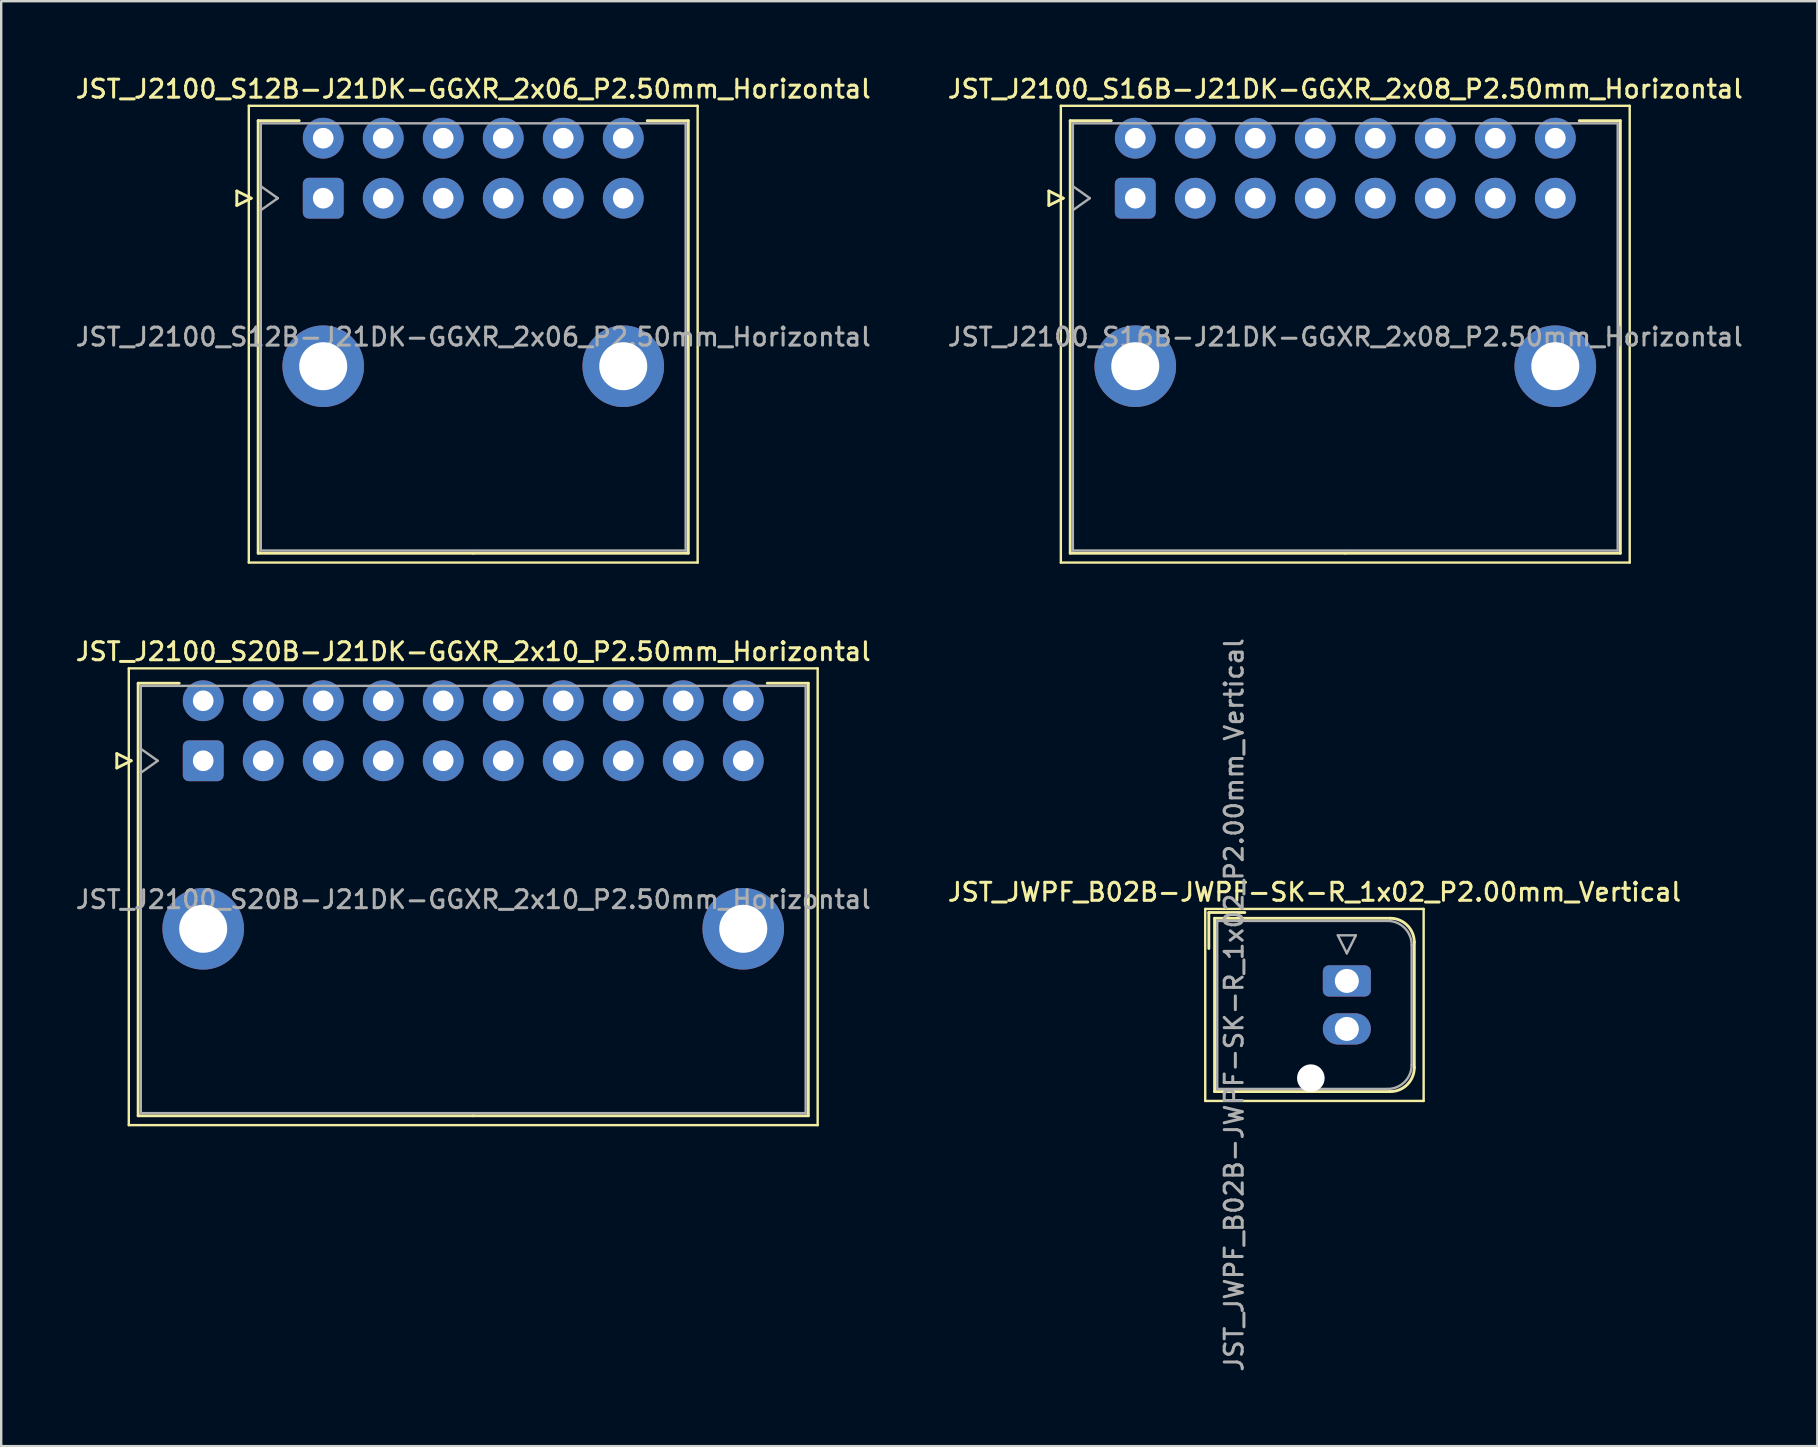
<source format=kicad_pcb>
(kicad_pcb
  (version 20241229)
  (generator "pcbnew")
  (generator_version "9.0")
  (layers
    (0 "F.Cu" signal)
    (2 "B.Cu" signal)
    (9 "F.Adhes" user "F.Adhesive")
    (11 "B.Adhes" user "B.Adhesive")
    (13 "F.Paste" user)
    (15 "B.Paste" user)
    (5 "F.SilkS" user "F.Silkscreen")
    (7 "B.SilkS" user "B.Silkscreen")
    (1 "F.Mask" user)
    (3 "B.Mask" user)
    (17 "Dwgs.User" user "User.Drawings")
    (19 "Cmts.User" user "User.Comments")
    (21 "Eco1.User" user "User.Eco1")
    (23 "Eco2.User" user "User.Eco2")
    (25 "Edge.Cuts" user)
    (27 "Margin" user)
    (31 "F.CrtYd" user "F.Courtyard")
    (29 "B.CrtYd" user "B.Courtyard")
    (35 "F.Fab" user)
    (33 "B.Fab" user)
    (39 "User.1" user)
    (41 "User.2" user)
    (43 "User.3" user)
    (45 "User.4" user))
  (footprint "JST_J2100_S12B-J21DK-GGXR_2x06_P2.50mm_Horizontal"
    (layer "F.Cu")
    (at 10.416 5.208)
    (property "Reference" "JST_J2100_S12B-J21DK-GGXR_2x06_P2.50mm_Horizontal" (at 6.25 -4.55 0) (layer "F.SilkS") (effects (font (size 0.75 0.75) (thickness 0.125))))
    (attr through_hole)
    (fp_line (start -3.6 -0.3) (end -3 0) (stroke (width 0.12) (type solid)) (layer "F.SilkS"))
    (fp_line (start -3.6 0.3) (end -3.6 -0.3) (stroke (width 0.12) (type solid)) (layer "F.SilkS"))
    (fp_line (start -3.1 -3.85) (end -3.1 15.18) (stroke (width 0.1) (type solid)) (layer "F.SilkS"))
    (fp_line (start -3.1 15.18) (end 15.6 15.18) (stroke (width 0.1) (type solid)) (layer "F.SilkS"))
    (fp_line (start -3 0) (end -3.6 0.3) (stroke (width 0.12) (type solid)) (layer "F.SilkS"))
    (fp_line (start -2.71 -3.23) (end -2.71 14.79) (stroke (width 0.12) (type solid)) (layer "F.SilkS"))
    (fp_line (start -2.71 14.79) (end 6.25 14.79) (stroke (width 0.12) (type solid)) (layer "F.SilkS"))
    (fp_line (start -1 -3.23) (end -2.71 -3.23) (stroke (width 0.12) (type solid)) (layer "F.SilkS"))
    (fp_line (start 13.5 -3.23) (end 15.21 -3.23) (stroke (width 0.12) (type solid)) (layer "F.SilkS"))
    (fp_line (start 15.21 -3.23) (end 15.21 14.79) (stroke (width 0.12) (type solid)) (layer "F.SilkS"))
    (fp_line (start 15.21 14.79) (end 6.25 14.79) (stroke (width 0.12) (type solid)) (layer "F.SilkS"))
    (fp_line (start 15.6 -3.85) (end -3.1 -3.85) (stroke (width 0.1) (type solid)) (layer "F.SilkS"))
    (fp_line (start 15.6 15.18) (end 15.6 -3.85) (stroke (width 0.1) (type solid)) (layer "F.SilkS"))
    (fp_line (start -2.6 -3.12) (end -2.6 14.68) (stroke (width 0.1) (type solid)) (layer "F.Fab"))
    (fp_line (start -2.6 0.5) (end -1.893 0) (stroke (width 0.1) (type solid)) (layer "F.Fab"))
    (fp_line (start -2.6 14.68) (end 15.1 14.68) (stroke (width 0.1) (type solid)) (layer "F.Fab"))
    (fp_line (start -1.893 0) (end -2.6 -0.5) (stroke (width 0.1) (type solid)) (layer "F.Fab"))
    (fp_line (start 15.1 -3.12) (end -2.6 -3.12) (stroke (width 0.1) (type solid)) (layer "F.Fab"))
    (fp_line (start 15.1 14.68) (end 15.1 -3.12) (stroke (width 0.1) (type solid)) (layer "F.Fab"))
    (fp_text user "${REFERENCE}" (at 6.25 5.78 0) (layer "F.Fab") (effects (font (size 0.75 0.75) (thickness 0.125))))
    (pad "" thru_hole circle (at 0 7) (size 3.4 3.4) (drill 2) (layers "*.Cu" "*.Mask"))
    (pad "" thru_hole circle (at 12.5 7) (size 3.4 3.4) (drill 2) (layers "*.Cu" "*.Mask"))
    (pad "1" thru_hole roundrect (at 0 0) (size 1.7 1.7) (drill 0.86) (layers "*.Cu" "*.Mask") (roundrect_rratio 0.147))
    (pad "2" thru_hole circle (at 2.5 0) (size 1.7 1.7) (drill 0.86) (layers "*.Cu" "*.Mask"))
    (pad "3" thru_hole circle (at 5 0) (size 1.7 1.7) (drill 0.86) (layers "*.Cu" "*.Mask"))
    (pad "4" thru_hole circle (at 7.5 0) (size 1.7 1.7) (drill 0.86) (layers "*.Cu" "*.Mask"))
    (pad "5" thru_hole circle (at 10 0) (size 1.7 1.7) (drill 0.86) (layers "*.Cu" "*.Mask"))
    (pad "6" thru_hole circle (at 12.5 0) (size 1.7 1.7) (drill 0.86) (layers "*.Cu" "*.Mask"))
    (pad "7" thru_hole circle (at 0 -2.5) (size 1.7 1.7) (drill 0.86) (layers "*.Cu" "*.Mask"))
    (pad "8" thru_hole circle (at 2.5 -2.5) (size 1.7 1.7) (drill 0.86) (layers "*.Cu" "*.Mask"))
    (pad "9" thru_hole circle (at 5 -2.5) (size 1.7 1.7) (drill 0.86) (layers "*.Cu" "*.Mask"))
    (pad "10" thru_hole circle (at 7.5 -2.5) (size 1.7 1.7) (drill 0.86) (layers "*.Cu" "*.Mask"))
    (pad "11" thru_hole circle (at 10 -2.5) (size 1.7 1.7) (drill 0.86) (layers "*.Cu" "*.Mask"))
    (pad "12" thru_hole circle (at 12.5 -2.5) (size 1.7 1.7) (drill 0.86) (layers "*.Cu" "*.Mask")))
  (footprint "JST_JWPF_B02B-JWPF-SK-R_1x02_P2.00mm_Vertical"
    (layer "F.Cu")
    (at 53.063 37.818)
    (property "Reference" "JST_JWPF_B02B-JWPF-SK-R_1x02_P2.00mm_Vertical" (at -1.35 -3.7 0) (layer "F.SilkS") (effects (font (size 0.75 0.75) (thickness 0.125))))
    (attr through_hole)
    (fp_line (start -5.9 -3) (end -5.9 5) (stroke (width 0.1) (type solid)) (layer "F.SilkS"))
    (fp_line (start -5.9 5) (end 3.2 5) (stroke (width 0.1) (type solid)) (layer "F.SilkS"))
    (fp_line (start -5.75 -2.85) (end -4.25 -2.85) (stroke (width 0.12) (type solid)) (layer "F.SilkS"))
    (fp_line (start -5.75 -1.35) (end -5.75 -2.85) (stroke (width 0.12) (type solid)) (layer "F.SilkS"))
    (fp_line (start -5.51 -2.61) (end -5.51 4.61) (stroke (width 0.12) (type solid)) (layer "F.SilkS"))
    (fp_line (start -5.51 4.61) (end 1.81 4.61) (stroke (width 0.12) (type solid)) (layer "F.SilkS"))
    (fp_line (start 1.81 -2.61) (end -5.51 -2.61) (stroke (width 0.12) (type solid)) (layer "F.SilkS"))
    (fp_line (start 2.81 -1.61) (end 2.81 3.61) (stroke (width 0.12) (type solid)) (layer "F.SilkS"))
    (fp_line (start 3.2 -3) (end -5.9 -3) (stroke (width 0.1) (type solid)) (layer "F.SilkS"))
    (fp_line (start 3.2 5) (end 3.2 -3) (stroke (width 0.1) (type solid)) (layer "F.SilkS"))
    (fp_arc (start 1.81 -2.61) (mid 2.517107 -2.317107) (end 2.81 -1.61) (stroke (width 0.12) (type solid)) (layer "F.SilkS"))
    (fp_arc (start 2.81 3.61) (mid 2.517107 4.317107) (end 1.81 4.61) (stroke (width 0.12) (type solid)) (layer "F.SilkS"))
    (fp_line (start -5.4 -2.5) (end -5.4 4.5) (stroke (width 0.1) (type solid)) (layer "F.Fab"))
    (fp_line (start -5.4 4.5) (end 1.7 4.5) (stroke (width 0.1) (type solid)) (layer "F.Fab"))
    (fp_line (start -0.375 -1.9) (end 0.375 -1.9) (stroke (width 0.1) (type solid)) (layer "F.Fab"))
    (fp_line (start 0 -1.15) (end -0.375 -1.9) (stroke (width 0.1) (type solid)) (layer "F.Fab"))
    (fp_line (start 0.375 -1.9) (end 0 -1.15) (stroke (width 0.1) (type solid)) (layer "F.Fab"))
    (fp_line (start 1.7 -2.5) (end -5.4 -2.5) (stroke (width 0.1) (type solid)) (layer "F.Fab"))
    (fp_line (start 2.7 -1.5) (end 2.7 3.5) (stroke (width 0.1) (type solid)) (layer "F.Fab"))
    (fp_arc (start 1.7 -2.5) (mid 2.407107 -2.207107) (end 2.7 -1.5) (stroke (width 0.1) (type solid)) (layer "F.Fab"))
    (fp_arc (start 2.7 3.5) (mid 2.407107 4.207107) (end 1.7 4.5) (stroke (width 0.1) (type solid)) (layer "F.Fab"))
    (fp_text user "${REFERENCE}" (at -4.7 1 90) (layer "F.Fab") (effects (font (size 0.75 0.75) (thickness 0.125))))
    (pad "" np_thru_hole circle (at -1.5 4.05) (size 1.15 1.15) (drill 1.15) (layers "*.Cu" "*.Mask"))
    (pad "1" thru_hole roundrect (at 0 0) (size 2 1.3) (drill 1) (layers "*.Cu" "*.Mask") (roundrect_rratio 0.192))
    (pad "2" thru_hole oval (at 0 2) (size 2 1.3) (drill 1) (layers "*.Cu" "*.Mask")))
  (footprint "JST_J2100_S20B-J21DK-GGXR_2x10_P2.50mm_Horizontal"
    (layer "F.Cu")
    (at 5.416 28.646)
    (property "Reference" "JST_J2100_S20B-J21DK-GGXR_2x10_P2.50mm_Horizontal" (at 11.25 -4.55 0) (layer "F.SilkS") (effects (font (size 0.75 0.75) (thickness 0.125))))
    (attr through_hole)
    (fp_line (start -3.6 -0.3) (end -3 0) (stroke (width 0.12) (type solid)) (layer "F.SilkS"))
    (fp_line (start -3.6 0.3) (end -3.6 -0.3) (stroke (width 0.12) (type solid)) (layer "F.SilkS"))
    (fp_line (start -3.1 -3.85) (end -3.1 15.18) (stroke (width 0.1) (type solid)) (layer "F.SilkS"))
    (fp_line (start -3.1 15.18) (end 25.6 15.18) (stroke (width 0.1) (type solid)) (layer "F.SilkS"))
    (fp_line (start -3 0) (end -3.6 0.3) (stroke (width 0.12) (type solid)) (layer "F.SilkS"))
    (fp_line (start -2.71 -3.23) (end -2.71 14.79) (stroke (width 0.12) (type solid)) (layer "F.SilkS"))
    (fp_line (start -2.71 14.79) (end 11.25 14.79) (stroke (width 0.12) (type solid)) (layer "F.SilkS"))
    (fp_line (start -1 -3.23) (end -2.71 -3.23) (stroke (width 0.12) (type solid)) (layer "F.SilkS"))
    (fp_line (start 23.5 -3.23) (end 25.21 -3.23) (stroke (width 0.12) (type solid)) (layer "F.SilkS"))
    (fp_line (start 25.21 -3.23) (end 25.21 14.79) (stroke (width 0.12) (type solid)) (layer "F.SilkS"))
    (fp_line (start 25.21 14.79) (end 11.25 14.79) (stroke (width 0.12) (type solid)) (layer "F.SilkS"))
    (fp_line (start 25.6 -3.85) (end -3.1 -3.85) (stroke (width 0.1) (type solid)) (layer "F.SilkS"))
    (fp_line (start 25.6 15.18) (end 25.6 -3.85) (stroke (width 0.1) (type solid)) (layer "F.SilkS"))
    (fp_line (start -2.6 -3.12) (end -2.6 14.68) (stroke (width 0.1) (type solid)) (layer "F.Fab"))
    (fp_line (start -2.6 0.5) (end -1.893 0) (stroke (width 0.1) (type solid)) (layer "F.Fab"))
    (fp_line (start -2.6 14.68) (end 25.1 14.68) (stroke (width 0.1) (type solid)) (layer "F.Fab"))
    (fp_line (start -1.893 0) (end -2.6 -0.5) (stroke (width 0.1) (type solid)) (layer "F.Fab"))
    (fp_line (start 25.1 -3.12) (end -2.6 -3.12) (stroke (width 0.1) (type solid)) (layer "F.Fab"))
    (fp_line (start 25.1 14.68) (end 25.1 -3.12) (stroke (width 0.1) (type solid)) (layer "F.Fab"))
    (fp_text user "${REFERENCE}" (at 11.25 5.78 0) (layer "F.Fab") (effects (font (size 0.75 0.75) (thickness 0.125))))
    (pad "" thru_hole circle (at 0 7) (size 3.4 3.4) (drill 2) (layers "*.Cu" "*.Mask"))
    (pad "" thru_hole circle (at 22.5 7) (size 3.4 3.4) (drill 2) (layers "*.Cu" "*.Mask"))
    (pad "1" thru_hole roundrect (at 0 0) (size 1.7 1.7) (drill 0.86) (layers "*.Cu" "*.Mask") (roundrect_rratio 0.147))
    (pad "2" thru_hole circle (at 2.5 0) (size 1.7 1.7) (drill 0.86) (layers "*.Cu" "*.Mask"))
    (pad "3" thru_hole circle (at 5 0) (size 1.7 1.7) (drill 0.86) (layers "*.Cu" "*.Mask"))
    (pad "4" thru_hole circle (at 7.5 0) (size 1.7 1.7) (drill 0.86) (layers "*.Cu" "*.Mask"))
    (pad "5" thru_hole circle (at 10 0) (size 1.7 1.7) (drill 0.86) (layers "*.Cu" "*.Mask"))
    (pad "6" thru_hole circle (at 12.5 0) (size 1.7 1.7) (drill 0.86) (layers "*.Cu" "*.Mask"))
    (pad "7" thru_hole circle (at 15 0) (size 1.7 1.7) (drill 0.86) (layers "*.Cu" "*.Mask"))
    (pad "8" thru_hole circle (at 17.5 0) (size 1.7 1.7) (drill 0.86) (layers "*.Cu" "*.Mask"))
    (pad "9" thru_hole circle (at 20 0) (size 1.7 1.7) (drill 0.86) (layers "*.Cu" "*.Mask"))
    (pad "10" thru_hole circle (at 22.5 0) (size 1.7 1.7) (drill 0.86) (layers "*.Cu" "*.Mask"))
    (pad "11" thru_hole circle (at 0 -2.5) (size 1.7 1.7) (drill 0.86) (layers "*.Cu" "*.Mask"))
    (pad "12" thru_hole circle (at 2.5 -2.5) (size 1.7 1.7) (drill 0.86) (layers "*.Cu" "*.Mask"))
    (pad "13" thru_hole circle (at 5 -2.5) (size 1.7 1.7) (drill 0.86) (layers "*.Cu" "*.Mask"))
    (pad "14" thru_hole circle (at 7.5 -2.5) (size 1.7 1.7) (drill 0.86) (layers "*.Cu" "*.Mask"))
    (pad "15" thru_hole circle (at 10 -2.5) (size 1.7 1.7) (drill 0.86) (layers "*.Cu" "*.Mask"))
    (pad "16" thru_hole circle (at 12.5 -2.5) (size 1.7 1.7) (drill 0.86) (layers "*.Cu" "*.Mask"))
    (pad "17" thru_hole circle (at 15 -2.5) (size 1.7 1.7) (drill 0.86) (layers "*.Cu" "*.Mask"))
    (pad "18" thru_hole circle (at 17.5 -2.5) (size 1.7 1.7) (drill 0.86) (layers "*.Cu" "*.Mask"))
    (pad "19" thru_hole circle (at 20 -2.5) (size 1.7 1.7) (drill 0.86) (layers "*.Cu" "*.Mask"))
    (pad "20" thru_hole circle (at 22.5 -2.5) (size 1.7 1.7) (drill 0.86) (layers "*.Cu" "*.Mask")))
  (footprint "JST_J2100_S16B-J21DK-GGXR_2x08_P2.50mm_Horizontal"
    (layer "F.Cu")
    (at 44.248 5.208)
    (property "Reference" "JST_J2100_S16B-J21DK-GGXR_2x08_P2.50mm_Horizontal" (at 8.75 -4.55 0) (layer "F.SilkS") (effects (font (size 0.75 0.75) (thickness 0.125))))
    (attr through_hole)
    (fp_line (start -3.6 -0.3) (end -3 0) (stroke (width 0.12) (type solid)) (layer "F.SilkS"))
    (fp_line (start -3.6 0.3) (end -3.6 -0.3) (stroke (width 0.12) (type solid)) (layer "F.SilkS"))
    (fp_line (start -3.1 -3.85) (end -3.1 15.18) (stroke (width 0.1) (type solid)) (layer "F.SilkS"))
    (fp_line (start -3.1 15.18) (end 20.6 15.18) (stroke (width 0.1) (type solid)) (layer "F.SilkS"))
    (fp_line (start -3 0) (end -3.6 0.3) (stroke (width 0.12) (type solid)) (layer "F.SilkS"))
    (fp_line (start -2.71 -3.23) (end -2.71 14.79) (stroke (width 0.12) (type solid)) (layer "F.SilkS"))
    (fp_line (start -2.71 14.79) (end 8.75 14.79) (stroke (width 0.12) (type solid)) (layer "F.SilkS"))
    (fp_line (start -1 -3.23) (end -2.71 -3.23) (stroke (width 0.12) (type solid)) (layer "F.SilkS"))
    (fp_line (start 18.5 -3.23) (end 20.21 -3.23) (stroke (width 0.12) (type solid)) (layer "F.SilkS"))
    (fp_line (start 20.21 -3.23) (end 20.21 14.79) (stroke (width 0.12) (type solid)) (layer "F.SilkS"))
    (fp_line (start 20.21 14.79) (end 8.75 14.79) (stroke (width 0.12) (type solid)) (layer "F.SilkS"))
    (fp_line (start 20.6 -3.85) (end -3.1 -3.85) (stroke (width 0.1) (type solid)) (layer "F.SilkS"))
    (fp_line (start 20.6 15.18) (end 20.6 -3.85) (stroke (width 0.1) (type solid)) (layer "F.SilkS"))
    (fp_line (start -2.6 -3.12) (end -2.6 14.68) (stroke (width 0.1) (type solid)) (layer "F.Fab"))
    (fp_line (start -2.6 0.5) (end -1.893 0) (stroke (width 0.1) (type solid)) (layer "F.Fab"))
    (fp_line (start -2.6 14.68) (end 20.1 14.68) (stroke (width 0.1) (type solid)) (layer "F.Fab"))
    (fp_line (start -1.893 0) (end -2.6 -0.5) (stroke (width 0.1) (type solid)) (layer "F.Fab"))
    (fp_line (start 20.1 -3.12) (end -2.6 -3.12) (stroke (width 0.1) (type solid)) (layer "F.Fab"))
    (fp_line (start 20.1 14.68) (end 20.1 -3.12) (stroke (width 0.1) (type solid)) (layer "F.Fab"))
    (fp_text user "${REFERENCE}" (at 8.75 5.78 0) (layer "F.Fab") (effects (font (size 0.75 0.75) (thickness 0.125))))
    (pad "" thru_hole circle (at 0 7) (size 3.4 3.4) (drill 2) (layers "*.Cu" "*.Mask"))
    (pad "" thru_hole circle (at 17.5 7) (size 3.4 3.4) (drill 2) (layers "*.Cu" "*.Mask"))
    (pad "1" thru_hole roundrect (at 0 0) (size 1.7 1.7) (drill 0.86) (layers "*.Cu" "*.Mask") (roundrect_rratio 0.147))
    (pad "2" thru_hole circle (at 2.5 0) (size 1.7 1.7) (drill 0.86) (layers "*.Cu" "*.Mask"))
    (pad "3" thru_hole circle (at 5 0) (size 1.7 1.7) (drill 0.86) (layers "*.Cu" "*.Mask"))
    (pad "4" thru_hole circle (at 7.5 0) (size 1.7 1.7) (drill 0.86) (layers "*.Cu" "*.Mask"))
    (pad "5" thru_hole circle (at 10 0) (size 1.7 1.7) (drill 0.86) (layers "*.Cu" "*.Mask"))
    (pad "6" thru_hole circle (at 12.5 0) (size 1.7 1.7) (drill 0.86) (layers "*.Cu" "*.Mask"))
    (pad "7" thru_hole circle (at 15 0) (size 1.7 1.7) (drill 0.86) (layers "*.Cu" "*.Mask"))
    (pad "8" thru_hole circle (at 17.5 0) (size 1.7 1.7) (drill 0.86) (layers "*.Cu" "*.Mask"))
    (pad "9" thru_hole circle (at 0 -2.5) (size 1.7 1.7) (drill 0.86) (layers "*.Cu" "*.Mask"))
    (pad "10" thru_hole circle (at 2.5 -2.5) (size 1.7 1.7) (drill 0.86) (layers "*.Cu" "*.Mask"))
    (pad "11" thru_hole circle (at 5 -2.5) (size 1.7 1.7) (drill 0.86) (layers "*.Cu" "*.Mask"))
    (pad "12" thru_hole circle (at 7.5 -2.5) (size 1.7 1.7) (drill 0.86) (layers "*.Cu" "*.Mask"))
    (pad "13" thru_hole circle (at 10 -2.5) (size 1.7 1.7) (drill 0.86) (layers "*.Cu" "*.Mask"))
    (pad "14" thru_hole circle (at 12.5 -2.5) (size 1.7 1.7) (drill 0.86) (layers "*.Cu" "*.Mask"))
    (pad "15" thru_hole circle (at 15 -2.5) (size 1.7 1.7) (drill 0.86) (layers "*.Cu" "*.Mask"))
    (pad "16" thru_hole circle (at 17.5 -2.5) (size 1.7 1.7) (drill 0.86) (layers "*.Cu" "*.Mask")))
  (gr_rect
    (start -3 -3)
    (end 72.664 57.199)
    (stroke (width 0.1) (type default))
    (fill no)
    (layer "Edge.Cuts")))
</source>
